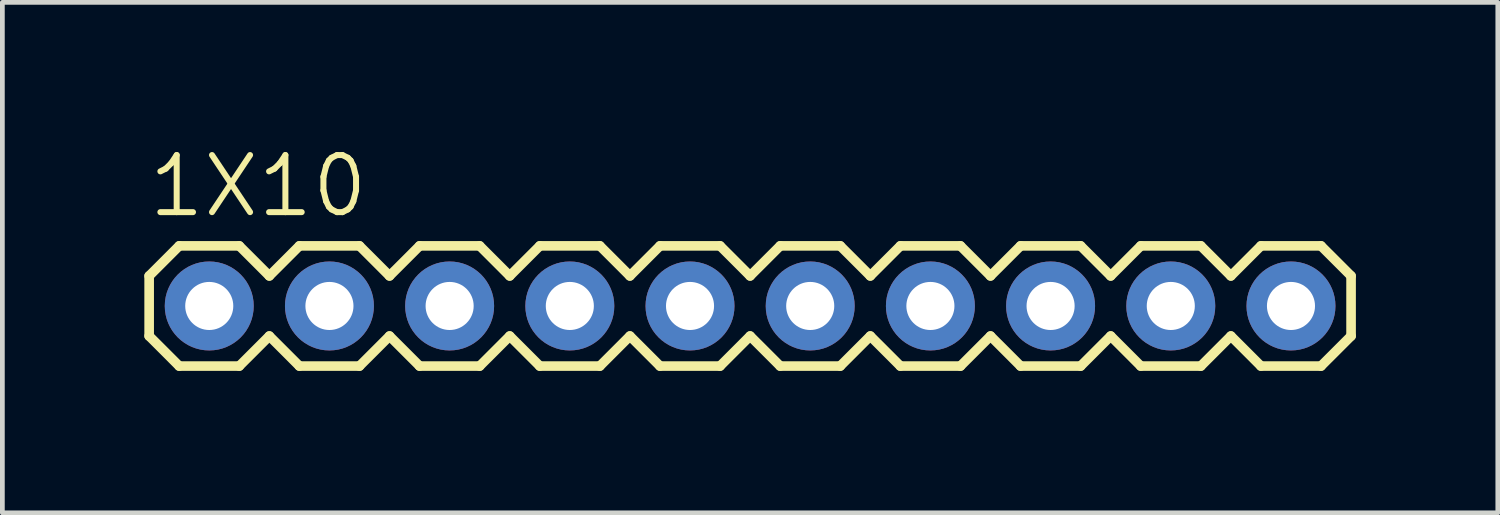
<source format=kicad_pcb>
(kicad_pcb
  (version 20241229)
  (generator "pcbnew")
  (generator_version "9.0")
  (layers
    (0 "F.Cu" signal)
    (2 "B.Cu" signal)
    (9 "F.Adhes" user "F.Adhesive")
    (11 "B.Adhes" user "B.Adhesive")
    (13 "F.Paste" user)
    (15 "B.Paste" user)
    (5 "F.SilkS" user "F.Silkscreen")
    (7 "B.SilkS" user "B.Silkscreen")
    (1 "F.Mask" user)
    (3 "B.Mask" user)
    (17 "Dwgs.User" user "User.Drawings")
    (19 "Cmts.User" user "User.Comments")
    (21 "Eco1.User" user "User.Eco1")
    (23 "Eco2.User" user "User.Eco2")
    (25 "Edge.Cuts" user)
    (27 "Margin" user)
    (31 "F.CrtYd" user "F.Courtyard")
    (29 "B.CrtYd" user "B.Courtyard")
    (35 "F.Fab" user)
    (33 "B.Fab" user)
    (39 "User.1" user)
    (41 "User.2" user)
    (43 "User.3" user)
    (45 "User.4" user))
  (footprint "1X10"
    (layer "F.Cu")
    (at 1.372 3.416)
    (property "Reference" "1X10" (at -1.346 -1.829 0) (layer "F.SilkS") (effects (font (size 1.206 1.206) (thickness 0.127)) (justify left bottom)))
    (attr through_hole)
    (fp_line (start -1.27 -0.635) (end -1.27 0.635) (stroke (width 0.203) (type solid)) (layer "F.SilkS"))
    (fp_line (start -1.27 0.635) (end -0.635 1.27) (stroke (width 0.203) (type solid)) (layer "F.SilkS"))
    (fp_line (start -0.635 -1.27) (end -1.27 -0.635) (stroke (width 0.203) (type solid)) (layer "F.SilkS"))
    (fp_line (start -0.635 -1.27) (end 0.635 -1.27) (stroke (width 0.203) (type solid)) (layer "F.SilkS"))
    (fp_line (start 0.635 -1.27) (end 1.27 -0.635) (stroke (width 0.203) (type solid)) (layer "F.SilkS"))
    (fp_line (start 0.635 1.27) (end -0.635 1.27) (stroke (width 0.203) (type solid)) (layer "F.SilkS"))
    (fp_line (start 1.27 -0.635) (end 1.905 -1.27) (stroke (width 0.203) (type solid)) (layer "F.SilkS"))
    (fp_line (start 1.27 0.635) (end 0.635 1.27) (stroke (width 0.203) (type solid)) (layer "F.SilkS"))
    (fp_line (start 1.905 -1.27) (end 3.175 -1.27) (stroke (width 0.203) (type solid)) (layer "F.SilkS"))
    (fp_line (start 1.905 1.27) (end 1.27 0.635) (stroke (width 0.203) (type solid)) (layer "F.SilkS"))
    (fp_line (start 3.175 -1.27) (end 3.81 -0.635) (stroke (width 0.203) (type solid)) (layer "F.SilkS"))
    (fp_line (start 3.175 1.27) (end 1.905 1.27) (stroke (width 0.203) (type solid)) (layer "F.SilkS"))
    (fp_line (start 3.81 -0.635) (end 4.445 -1.27) (stroke (width 0.203) (type solid)) (layer "F.SilkS"))
    (fp_line (start 3.81 0.635) (end 3.175 1.27) (stroke (width 0.203) (type solid)) (layer "F.SilkS"))
    (fp_line (start 4.445 -1.27) (end 5.715 -1.27) (stroke (width 0.203) (type solid)) (layer "F.SilkS"))
    (fp_line (start 4.445 1.27) (end 3.81 0.635) (stroke (width 0.203) (type solid)) (layer "F.SilkS"))
    (fp_line (start 5.715 -1.27) (end 6.35 -0.635) (stroke (width 0.203) (type solid)) (layer "F.SilkS"))
    (fp_line (start 5.715 1.27) (end 4.445 1.27) (stroke (width 0.203) (type solid)) (layer "F.SilkS"))
    (fp_line (start 6.35 0.635) (end 5.715 1.27) (stroke (width 0.203) (type solid)) (layer "F.SilkS"))
    (fp_line (start 6.35 0.635) (end 6.985 1.27) (stroke (width 0.203) (type solid)) (layer "F.SilkS"))
    (fp_line (start 6.985 -1.27) (end 6.35 -0.635) (stroke (width 0.203) (type solid)) (layer "F.SilkS"))
    (fp_line (start 6.985 -1.27) (end 8.255 -1.27) (stroke (width 0.203) (type solid)) (layer "F.SilkS"))
    (fp_line (start 8.255 -1.27) (end 8.89 -0.635) (stroke (width 0.203) (type solid)) (layer "F.SilkS"))
    (fp_line (start 8.255 1.27) (end 6.985 1.27) (stroke (width 0.203) (type solid)) (layer "F.SilkS"))
    (fp_line (start 8.89 -0.635) (end 9.525 -1.27) (stroke (width 0.203) (type solid)) (layer "F.SilkS"))
    (fp_line (start 8.89 0.635) (end 8.255 1.27) (stroke (width 0.203) (type solid)) (layer "F.SilkS"))
    (fp_line (start 9.525 -1.27) (end 10.795 -1.27) (stroke (width 0.203) (type solid)) (layer "F.SilkS"))
    (fp_line (start 9.525 1.27) (end 8.89 0.635) (stroke (width 0.203) (type solid)) (layer "F.SilkS"))
    (fp_line (start 10.795 -1.27) (end 11.43 -0.635) (stroke (width 0.203) (type solid)) (layer "F.SilkS"))
    (fp_line (start 10.795 1.27) (end 9.525 1.27) (stroke (width 0.203) (type solid)) (layer "F.SilkS"))
    (fp_line (start 11.43 -0.635) (end 12.065 -1.27) (stroke (width 0.203) (type solid)) (layer "F.SilkS"))
    (fp_line (start 11.43 0.635) (end 10.795 1.27) (stroke (width 0.203) (type solid)) (layer "F.SilkS"))
    (fp_line (start 12.065 -1.27) (end 13.335 -1.27) (stroke (width 0.203) (type solid)) (layer "F.SilkS"))
    (fp_line (start 12.065 1.27) (end 11.43 0.635) (stroke (width 0.203) (type solid)) (layer "F.SilkS"))
    (fp_line (start 13.335 -1.27) (end 13.97 -0.635) (stroke (width 0.203) (type solid)) (layer "F.SilkS"))
    (fp_line (start 13.335 1.27) (end 12.065 1.27) (stroke (width 0.203) (type solid)) (layer "F.SilkS"))
    (fp_line (start 13.97 0.635) (end 13.335 1.27) (stroke (width 0.203) (type solid)) (layer "F.SilkS"))
    (fp_line (start 13.97 0.635) (end 14.605 1.27) (stroke (width 0.203) (type solid)) (layer "F.SilkS"))
    (fp_line (start 14.605 -1.27) (end 13.97 -0.635) (stroke (width 0.203) (type solid)) (layer "F.SilkS"))
    (fp_line (start 14.605 -1.27) (end 15.875 -1.27) (stroke (width 0.203) (type solid)) (layer "F.SilkS"))
    (fp_line (start 15.875 -1.27) (end 16.51 -0.635) (stroke (width 0.203) (type solid)) (layer "F.SilkS"))
    (fp_line (start 15.875 1.27) (end 14.605 1.27) (stroke (width 0.203) (type solid)) (layer "F.SilkS"))
    (fp_line (start 16.51 0.635) (end 15.875 1.27) (stroke (width 0.203) (type solid)) (layer "F.SilkS"))
    (fp_line (start 16.51 0.635) (end 17.145 1.27) (stroke (width 0.203) (type solid)) (layer "F.SilkS"))
    (fp_line (start 17.145 -1.27) (end 16.51 -0.635) (stroke (width 0.203) (type solid)) (layer "F.SilkS"))
    (fp_line (start 17.145 -1.27) (end 18.415 -1.27) (stroke (width 0.203) (type solid)) (layer "F.SilkS"))
    (fp_line (start 18.415 -1.27) (end 19.05 -0.635) (stroke (width 0.203) (type solid)) (layer "F.SilkS"))
    (fp_line (start 18.415 1.27) (end 17.145 1.27) (stroke (width 0.203) (type solid)) (layer "F.SilkS"))
    (fp_line (start 19.05 0.635) (end 18.415 1.27) (stroke (width 0.203) (type solid)) (layer "F.SilkS"))
    (fp_line (start 19.05 0.635) (end 19.685 1.27) (stroke (width 0.203) (type solid)) (layer "F.SilkS"))
    (fp_line (start 19.685 -1.27) (end 19.05 -0.635) (stroke (width 0.203) (type solid)) (layer "F.SilkS"))
    (fp_line (start 19.685 -1.27) (end 20.955 -1.27) (stroke (width 0.203) (type solid)) (layer "F.SilkS"))
    (fp_line (start 20.955 -1.27) (end 21.59 -0.635) (stroke (width 0.203) (type solid)) (layer "F.SilkS"))
    (fp_line (start 20.955 1.27) (end 19.685 1.27) (stroke (width 0.203) (type solid)) (layer "F.SilkS"))
    (fp_line (start 21.59 0.635) (end 20.955 1.27) (stroke (width 0.203) (type solid)) (layer "F.SilkS"))
    (fp_line (start 21.59 0.635) (end 22.225 1.27) (stroke (width 0.203) (type solid)) (layer "F.SilkS"))
    (fp_line (start 22.225 -1.27) (end 21.59 -0.635) (stroke (width 0.203) (type solid)) (layer "F.SilkS"))
    (fp_line (start 22.225 -1.27) (end 23.495 -1.27) (stroke (width 0.203) (type solid)) (layer "F.SilkS"))
    (fp_line (start 23.495 -1.27) (end 24.13 -0.635) (stroke (width 0.203) (type solid)) (layer "F.SilkS"))
    (fp_line (start 23.495 1.27) (end 22.225 1.27) (stroke (width 0.203) (type solid)) (layer "F.SilkS"))
    (fp_line (start 24.13 -0.635) (end 24.13 0.635) (stroke (width 0.203) (type solid)) (layer "F.SilkS"))
    (fp_line (start 24.13 0.635) (end 23.495 1.27) (stroke (width 0.203) (type solid)) (layer "F.SilkS"))
    (fp_poly (pts (xy -0.254 0.254) (xy 0.254 0.254) (xy 0.254 -0.254) (xy -0.254 -0.254)) (stroke (width 0.1) (type solid)) (fill no) (layer "F.Fab"))
    (fp_poly (pts (xy 2.286 0.254) (xy 2.794 0.254) (xy 2.794 -0.254) (xy 2.286 -0.254)) (stroke (width 0.1) (type solid)) (fill no) (layer "F.Fab"))
    (fp_poly (pts (xy 4.826 0.254) (xy 5.334 0.254) (xy 5.334 -0.254) (xy 4.826 -0.254)) (stroke (width 0.1) (type solid)) (fill no) (layer "F.Fab"))
    (fp_poly (pts (xy 7.366 0.254) (xy 7.874 0.254) (xy 7.874 -0.254) (xy 7.366 -0.254)) (stroke (width 0.1) (type solid)) (fill no) (layer "F.Fab"))
    (fp_poly (pts (xy 9.906 0.254) (xy 10.414 0.254) (xy 10.414 -0.254) (xy 9.906 -0.254)) (stroke (width 0.1) (type solid)) (fill no) (layer "F.Fab"))
    (fp_poly (pts (xy 12.446 0.254) (xy 12.954 0.254) (xy 12.954 -0.254) (xy 12.446 -0.254)) (stroke (width 0.1) (type solid)) (fill no) (layer "F.Fab"))
    (fp_poly (pts (xy 14.986 0.254) (xy 15.494 0.254) (xy 15.494 -0.254) (xy 14.986 -0.254)) (stroke (width 0.1) (type solid)) (fill no) (layer "F.Fab"))
    (fp_poly (pts (xy 17.526 0.254) (xy 18.034 0.254) (xy 18.034 -0.254) (xy 17.526 -0.254)) (stroke (width 0.1) (type solid)) (fill no) (layer "F.Fab"))
    (fp_poly (pts (xy 20.066 0.254) (xy 20.574 0.254) (xy 20.574 -0.254) (xy 20.066 -0.254)) (stroke (width 0.1) (type solid)) (fill no) (layer "F.Fab"))
    (fp_poly (pts (xy 22.606 0.254) (xy 23.114 0.254) (xy 23.114 -0.254) (xy 22.606 -0.254)) (stroke (width 0.1) (type solid)) (fill no) (layer "F.Fab"))
    (pad "1" thru_hole circle (at 0 0 90) (size 1.88 1.88) (drill 1.016) (layers "*.Cu" "*.Mask"))
    (pad "2" thru_hole circle (at 2.54 0 90) (size 1.88 1.88) (drill 1.016) (layers "*.Cu" "*.Mask"))
    (pad "3" thru_hole circle (at 5.08 0 90) (size 1.88 1.88) (drill 1.016) (layers "*.Cu" "*.Mask"))
    (pad "4" thru_hole circle (at 7.62 0 90) (size 1.88 1.88) (drill 1.016) (layers "*.Cu" "*.Mask"))
    (pad "5" thru_hole circle (at 10.16 0 90) (size 1.88 1.88) (drill 1.016) (layers "*.Cu" "*.Mask"))
    (pad "6" thru_hole circle (at 12.7 0 90) (size 1.88 1.88) (drill 1.016) (layers "*.Cu" "*.Mask"))
    (pad "7" thru_hole circle (at 15.24 0 90) (size 1.88 1.88) (drill 1.016) (layers "*.Cu" "*.Mask"))
    (pad "8" thru_hole circle (at 17.78 0 90) (size 1.88 1.88) (drill 1.016) (layers "*.Cu" "*.Mask"))
    (pad "9" thru_hole circle (at 20.32 0 90) (size 1.88 1.88) (drill 1.016) (layers "*.Cu" "*.Mask"))
    (pad "10" thru_hole circle (at 22.86 0 90) (size 1.88 1.88) (drill 1.016) (layers "*.Cu" "*.Mask")))
  (gr_rect
    (start -3 -3)
    (end 28.603 7.788)
    (stroke (width 0.1) (type default))
    (fill no)
    (layer "Edge.Cuts")))
</source>
